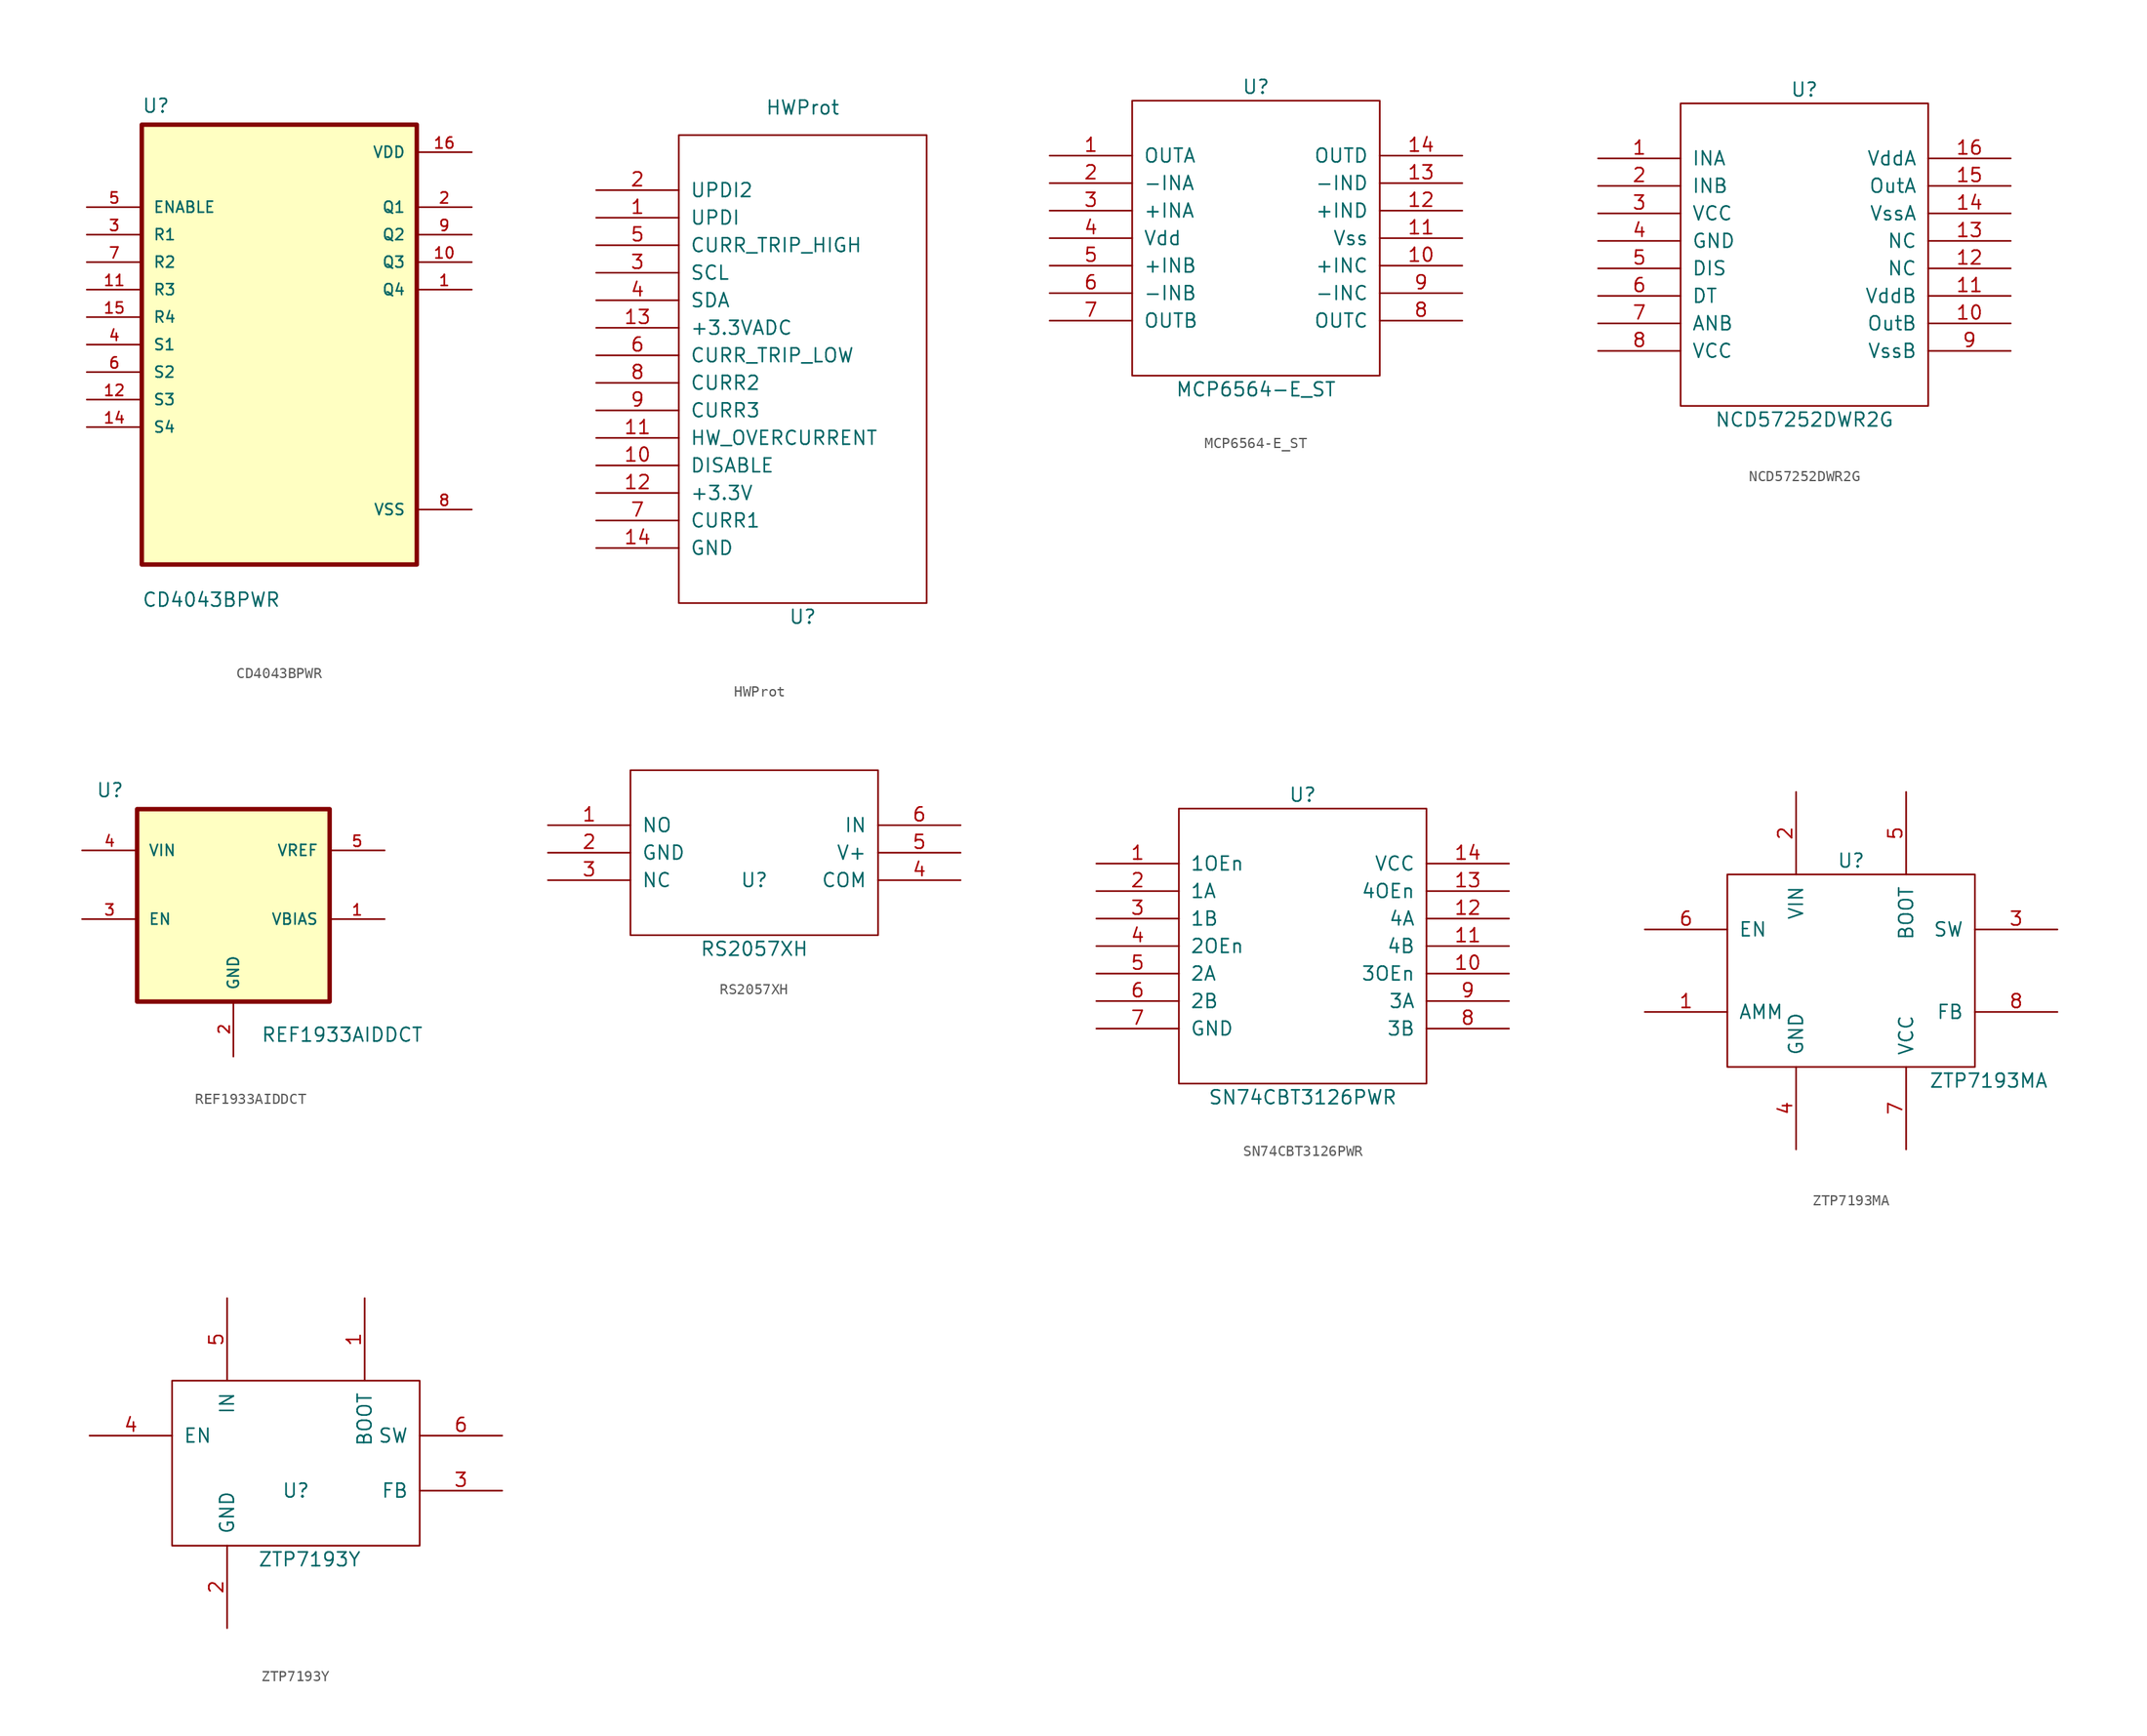
<source format=kicad_sym>
(kicad_symbol_lib
  (version 20220914)
  (generator kicad_symbol_editor)
  (symbol "CD4043BPWR"
    (pin_names
      (offset 1.016))
    (property "Reference" "U"
      (at -12.7 21.32 0)
      (effects (font (size 1.27 1.27)) (justify left bottom)))
    (property "Value" "CD4043BPWR"
      (at -12.7 -24.32 0)
      (effects (font (size 1.27 1.27)) (justify left bottom)))
    (symbol "CD4043BPWR_0_0"
      (rectangle (start -12.7 -20.32) (end 12.7 20.32) (stroke (width 0.41) (type default)) (fill (type background)))
      (pin output line (at 17.78 5.08 180) (length 5.08) (name "Q4" (effects (font (size 1.016 1.016)))) (number "1" (effects (font (size 1.016 1.016)))))
      (pin output line (at 17.78 7.62 180) (length 5.08) (name "Q3" (effects (font (size 1.016 1.016)))) (number "10" (effects (font (size 1.016 1.016)))))
      (pin input line (at -17.78 5.08 0) (length 5.08) (name "R3" (effects (font (size 1.016 1.016)))) (number "11" (effects (font (size 1.016 1.016)))))
      (pin input line (at -17.78 -5.08 0) (length 5.08) (name "S3" (effects (font (size 1.016 1.016)))) (number "12" (effects (font (size 1.016 1.016)))))
      (pin input line (at -17.78 -7.62 0) (length 5.08) (name "S4" (effects (font (size 1.016 1.016)))) (number "14" (effects (font (size 1.016 1.016)))))
      (pin input line (at -17.78 2.54 0) (length 5.08) (name "R4" (effects (font (size 1.016 1.016)))) (number "15" (effects (font (size 1.016 1.016)))))
      (pin power_in line (at 17.78 17.78 180) (length 5.08) (name "VDD" (effects (font (size 1.016 1.016)))) (number "16" (effects (font (size 1.016 1.016)))))
      (pin output line (at 17.78 12.7 180) (length 5.08) (name "Q1" (effects (font (size 1.016 1.016)))) (number "2" (effects (font (size 1.016 1.016)))))
      (pin input line (at -17.78 10.16 0) (length 5.08) (name "R1" (effects (font (size 1.016 1.016)))) (number "3" (effects (font (size 1.016 1.016)))))
      (pin input line (at -17.78 0 0) (length 5.08) (name "S1" (effects (font (size 1.016 1.016)))) (number "4" (effects (font (size 1.016 1.016)))))
      (pin input line (at -17.78 12.7 0) (length 5.08) (name "ENABLE" (effects (font (size 1.016 1.016)))) (number "5" (effects (font (size 1.016 1.016)))))
      (pin input line (at -17.78 -2.54 0) (length 5.08) (name "S2" (effects (font (size 1.016 1.016)))) (number "6" (effects (font (size 1.016 1.016)))))
      (pin input line (at -17.78 7.62 0) (length 5.08) (name "R2" (effects (font (size 1.016 1.016)))) (number "7" (effects (font (size 1.016 1.016)))))
      (pin power_in line (at 17.78 -15.24 180) (length 5.08) (name "VSS" (effects (font (size 1.016 1.016)))) (number "8" (effects (font (size 1.016 1.016)))))
      (pin output line (at 17.78 10.16 180) (length 5.08) (name "Q2" (effects (font (size 1.016 1.016)))) (number "9" (effects (font (size 1.016 1.016)))))))
  (symbol "HWProt"
    (pin_names
      (offset 1.016))
    (property "Reference" "U"
      (at 0 -22.86 0)
      (effects (font (size 1.27 1.27))))
    (property "Value" "HWProt"
      (at 0 24.13 0)
      (effects (font (size 1.27 1.27))))
    (symbol "HWProt_1_0"
      (rectangle (start -11.43 -21.59) (end 11.43 21.59) (stroke (width 0) (type solid)) (fill (type none))))
    (symbol "HWProt_1_1"
      (pin input line (at -19.05 13.97 0) (length 7.62) (name "UPDI" (effects (font (size 1.27 1.27)))) (number "1" (effects (font (size 1.27 1.27)))))
      (pin input line (at -19.05 -8.89 0) (length 7.62) (name "DISABLE" (effects (font (size 1.27 1.27)))) (number "10" (effects (font (size 1.27 1.27)))))
      (pin input line (at -19.05 -6.35 0) (length 7.62) (name "HW_OVERCURRENT" (effects (font (size 1.27 1.27)))) (number "11" (effects (font (size 1.27 1.27)))))
      (pin input line (at -19.05 -11.43 0) (length 7.62) (name "+3.3V" (effects (font (size 1.27 1.27)))) (number "12" (effects (font (size 1.27 1.27)))))
      (pin input line (at -19.05 3.81 0) (length 7.62) (name "+3.3VADC" (effects (font (size 1.27 1.27)))) (number "13" (effects (font (size 1.27 1.27)))))
      (pin input line (at -19.05 -16.51 0) (length 7.62) (name "GND" (effects (font (size 1.27 1.27)))) (number "14" (effects (font (size 1.27 1.27)))))
      (pin input line (at -19.05 16.51 0) (length 7.62) (name "UPDI2" (effects (font (size 1.27 1.27)))) (number "2" (effects (font (size 1.27 1.27)))))
      (pin input line (at -19.05 8.89 0) (length 7.62) (name "SCL" (effects (font (size 1.27 1.27)))) (number "3" (effects (font (size 1.27 1.27)))))
      (pin input line (at -19.05 6.35 0) (length 7.62) (name "SDA" (effects (font (size 1.27 1.27)))) (number "4" (effects (font (size 1.27 1.27)))))
      (pin input line (at -19.05 11.43 0) (length 7.62) (name "CURR_TRIP_HIGH" (effects (font (size 1.27 1.27)))) (number "5" (effects (font (size 1.27 1.27)))))
      (pin input line (at -19.05 1.27 0) (length 7.62) (name "CURR_TRIP_LOW" (effects (font (size 1.27 1.27)))) (number "6" (effects (font (size 1.27 1.27)))))
      (pin input line (at -19.05 -13.97 0) (length 7.62) (name "CURR1" (effects (font (size 1.27 1.27)))) (number "7" (effects (font (size 1.27 1.27)))))
      (pin input line (at -19.05 -1.27 0) (length 7.62) (name "CURR2" (effects (font (size 1.27 1.27)))) (number "8" (effects (font (size 1.27 1.27)))))
      (pin input line (at -19.05 -3.81 0) (length 7.62) (name "CURR3" (effects (font (size 1.27 1.27)))) (number "9" (effects (font (size 1.27 1.27)))))))
  (symbol "MCP6564-E_ST"
    (pin_names
      (offset 1.016))
    (property "Reference" "U"
      (at 0 13.97 0)
      (effects (font (size 1.27 1.27))))
    (property "Value" "MCP6564-E_ST"
      (at 0 -13.97 0)
      (effects (font (size 1.27 1.27))))
    (symbol "MCP6564-E_ST_1_0"
      (rectangle (start -11.43 -12.7) (end 11.43 12.7) (stroke (width 0) (type solid)) (fill (type none))))
    (symbol "MCP6564-E_ST_1_1"
      (pin input line (at -19.05 7.62 0) (length 7.62) (name "OUTA" (effects (font (size 1.27 1.27)))) (number "1" (effects (font (size 1.27 1.27)))))
      (pin input line (at 19.05 -2.54 180) (length 7.62) (name "+INC" (effects (font (size 1.27 1.27)))) (number "10" (effects (font (size 1.27 1.27)))))
      (pin input line (at 19.05 0 180) (length 7.62) (name "Vss" (effects (font (size 1.27 1.27)))) (number "11" (effects (font (size 1.27 1.27)))))
      (pin input line (at 19.05 2.54 180) (length 7.62) (name "+IND" (effects (font (size 1.27 1.27)))) (number "12" (effects (font (size 1.27 1.27)))))
      (pin input line (at 19.05 5.08 180) (length 7.62) (name "-IND" (effects (font (size 1.27 1.27)))) (number "13" (effects (font (size 1.27 1.27)))))
      (pin input line (at 19.05 7.62 180) (length 7.62) (name "OUTD" (effects (font (size 1.27 1.27)))) (number "14" (effects (font (size 1.27 1.27)))))
      (pin input line (at -19.05 5.08 0) (length 7.62) (name "-INA" (effects (font (size 1.27 1.27)))) (number "2" (effects (font (size 1.27 1.27)))))
      (pin input line (at -19.05 2.54 0) (length 7.62) (name "+INA" (effects (font (size 1.27 1.27)))) (number "3" (effects (font (size 1.27 1.27)))))
      (pin input line (at -19.05 0 0) (length 7.62) (name "Vdd" (effects (font (size 1.27 1.27)))) (number "4" (effects (font (size 1.27 1.27)))))
      (pin input line (at -19.05 -2.54 0) (length 7.62) (name "+INB" (effects (font (size 1.27 1.27)))) (number "5" (effects (font (size 1.27 1.27)))))
      (pin input line (at -19.05 -5.08 0) (length 7.62) (name "-INB" (effects (font (size 1.27 1.27)))) (number "6" (effects (font (size 1.27 1.27)))))
      (pin input line (at -19.05 -7.62 0) (length 7.62) (name "OUTB" (effects (font (size 1.27 1.27)))) (number "7" (effects (font (size 1.27 1.27)))))
      (pin input line (at 19.05 -7.62 180) (length 7.62) (name "OUTC" (effects (font (size 1.27 1.27)))) (number "8" (effects (font (size 1.27 1.27)))))
      (pin input line (at 19.05 -5.08 180) (length 7.62) (name "-INC" (effects (font (size 1.27 1.27)))) (number "9" (effects (font (size 1.27 1.27)))))))
  (symbol "NCD57252DWR2G"
    (pin_names
      (offset 1.016))
    (property "Reference" "U"
      (at 0 15.24 0)
      (effects (font (size 1.27 1.27))))
    (property "Value" "NCD57252DWR2G"
      (at 0 -15.24 0)
      (effects (font (size 1.27 1.27))))
    (symbol "NCD57252DWR2G_1_0"
      (rectangle (start -11.43 -13.97) (end 11.43 13.97) (stroke (width 0) (type solid)) (fill (type none))))
    (symbol "NCD57252DWR2G_1_1"
      (pin input line (at -19.05 8.89 0) (length 7.62) (name "INA" (effects (font (size 1.27 1.27)))) (number "1" (effects (font (size 1.27 1.27)))))
      (pin input line (at 19.05 -6.35 180) (length 7.62) (name "OutB" (effects (font (size 1.27 1.27)))) (number "10" (effects (font (size 1.27 1.27)))))
      (pin input line (at 19.05 -3.81 180) (length 7.62) (name "VddB" (effects (font (size 1.27 1.27)))) (number "11" (effects (font (size 1.27 1.27)))))
      (pin input line (at 19.05 -1.27 180) (length 7.62) (name "NC" (effects (font (size 1.27 1.27)))) (number "12" (effects (font (size 1.27 1.27)))))
      (pin input line (at 19.05 1.27 180) (length 7.62) (name "NC" (effects (font (size 1.27 1.27)))) (number "13" (effects (font (size 1.27 1.27)))))
      (pin input line (at 19.05 3.81 180) (length 7.62) (name "VssA" (effects (font (size 1.27 1.27)))) (number "14" (effects (font (size 1.27 1.27)))))
      (pin input line (at 19.05 6.35 180) (length 7.62) (name "OutA" (effects (font (size 1.27 1.27)))) (number "15" (effects (font (size 1.27 1.27)))))
      (pin input line (at 19.05 8.89 180) (length 7.62) (name "VddA" (effects (font (size 1.27 1.27)))) (number "16" (effects (font (size 1.27 1.27)))))
      (pin input line (at -19.05 6.35 0) (length 7.62) (name "INB" (effects (font (size 1.27 1.27)))) (number "2" (effects (font (size 1.27 1.27)))))
      (pin input line (at -19.05 3.81 0) (length 7.62) (name "VCC" (effects (font (size 1.27 1.27)))) (number "3" (effects (font (size 1.27 1.27)))))
      (pin input line (at -19.05 1.27 0) (length 7.62) (name "GND" (effects (font (size 1.27 1.27)))) (number "4" (effects (font (size 1.27 1.27)))))
      (pin input line (at -19.05 -1.27 0) (length 7.62) (name "DIS" (effects (font (size 1.27 1.27)))) (number "5" (effects (font (size 1.27 1.27)))))
      (pin input line (at -19.05 -3.81 0) (length 7.62) (name "DT" (effects (font (size 1.27 1.27)))) (number "6" (effects (font (size 1.27 1.27)))))
      (pin input line (at -19.05 -6.35 0) (length 7.62) (name "ANB" (effects (font (size 1.27 1.27)))) (number "7" (effects (font (size 1.27 1.27)))))
      (pin input line (at -19.05 -8.89 0) (length 7.62) (name "VCC" (effects (font (size 1.27 1.27)))) (number "8" (effects (font (size 1.27 1.27)))))
      (pin input line (at 19.05 -8.89 180) (length 7.62) (name "VssB" (effects (font (size 1.27 1.27)))) (number "9" (effects (font (size 1.27 1.27)))))))
  (symbol "REF1933AIDDCT"
    (pin_names
      (offset 1.016))
    (property "Reference" "U"
      (at -12.7 13.7 0)
      (effects (font (size 1.27 1.27)) (justify left bottom)))
    (property "Value" "REF1933AIDDCT"
      (at 2.54 -8.89 0)
      (effects (font (size 1.27 1.27)) (justify left bottom)))
    (symbol "REF1933AIDDCT_0_0"
      (rectangle (start -8.89 12.7) (end 8.89 -5.08) (stroke (width 0.41) (type default)) (fill (type background)))
      (pin bidirectional line (at 13.97 2.54 180) (length 5.08) (name "VBIAS" (effects (font (size 1.016 1.016)))) (number "1" (effects (font (size 1.016 1.016)))))
      (pin power_in line (at 0 -10.16 90) (length 5.08) (name "GND" (effects (font (size 1.016 1.016)))) (number "2" (effects (font (size 1.016 1.016)))))
      (pin bidirectional line (at -13.97 2.54 0) (length 5.08) (name "EN" (effects (font (size 1.016 1.016)))) (number "3" (effects (font (size 1.016 1.016)))))
      (pin input line (at -13.97 8.89 0) (length 5.08) (name "VIN" (effects (font (size 1.016 1.016)))) (number "4" (effects (font (size 1.016 1.016)))))
      (pin input line (at 13.97 8.89 180) (length 5.08) (name "VREF" (effects (font (size 1.016 1.016)))) (number "5" (effects (font (size 1.016 1.016)))))))
  (symbol "RS2057XH"
    (pin_names
      (offset 1.016))
    (property "Reference" "U"
      (at 0 -2.54 0)
      (effects (font (size 1.27 1.27))))
    (property "Value" "RS2057XH"
      (at 0 -8.89 0)
      (effects (font (size 1.27 1.27))))
    (symbol "RS2057XH_1_0"
      (rectangle (start -11.43 -7.62) (end 11.43 7.62) (stroke (width 0) (type solid)) (fill (type none))))
    (symbol "RS2057XH_1_1"
      (pin input line (at -19.05 2.54 0) (length 7.62) (name "NO" (effects (font (size 1.27 1.27)))) (number "1" (effects (font (size 1.27 1.27)))))
      (pin input line (at -19.05 0 0) (length 7.62) (name "GND" (effects (font (size 1.27 1.27)))) (number "2" (effects (font (size 1.27 1.27)))))
      (pin input line (at -19.05 -2.54 0) (length 7.62) (name "NC" (effects (font (size 1.27 1.27)))) (number "3" (effects (font (size 1.27 1.27)))))
      (pin input line (at 19.05 -2.54 180) (length 7.62) (name "COM" (effects (font (size 1.27 1.27)))) (number "4" (effects (font (size 1.27 1.27)))))
      (pin input line (at 19.05 0 180) (length 7.62) (name "V+" (effects (font (size 1.27 1.27)))) (number "5" (effects (font (size 1.27 1.27)))))
      (pin input line (at 19.05 2.54 180) (length 7.62) (name "IN" (effects (font (size 1.27 1.27)))) (number "6" (effects (font (size 1.27 1.27)))))))
  (symbol "SN74CBT3126PWR"
    (pin_names
      (offset 1.016))
    (property "Reference" "U"
      (at 0 13.97 0)
      (effects (font (size 1.27 1.27))))
    (property "Value" "SN74CBT3126PWR"
      (at 0 -13.97 0)
      (effects (font (size 1.27 1.27))))
    (symbol "SN74CBT3126PWR_1_0"
      (rectangle (start -11.43 -12.7) (end 11.43 12.7) (stroke (width 0) (type solid)) (fill (type none))))
    (symbol "SN74CBT3126PWR_1_1"
      (pin input line (at -19.05 7.62 0) (length 7.62) (name "1OEn" (effects (font (size 1.27 1.27)))) (number "1" (effects (font (size 1.27 1.27)))))
      (pin input line (at 19.05 -2.54 180) (length 7.62) (name "3OEn" (effects (font (size 1.27 1.27)))) (number "10" (effects (font (size 1.27 1.27)))))
      (pin input line (at 19.05 0 180) (length 7.62) (name "4B" (effects (font (size 1.27 1.27)))) (number "11" (effects (font (size 1.27 1.27)))))
      (pin input line (at 19.05 2.54 180) (length 7.62) (name "4A" (effects (font (size 1.27 1.27)))) (number "12" (effects (font (size 1.27 1.27)))))
      (pin input line (at 19.05 5.08 180) (length 7.62) (name "4OEn" (effects (font (size 1.27 1.27)))) (number "13" (effects (font (size 1.27 1.27)))))
      (pin input line (at 19.05 7.62 180) (length 7.62) (name "VCC" (effects (font (size 1.27 1.27)))) (number "14" (effects (font (size 1.27 1.27)))))
      (pin input line (at -19.05 5.08 0) (length 7.62) (name "1A" (effects (font (size 1.27 1.27)))) (number "2" (effects (font (size 1.27 1.27)))))
      (pin input line (at -19.05 2.54 0) (length 7.62) (name "1B" (effects (font (size 1.27 1.27)))) (number "3" (effects (font (size 1.27 1.27)))))
      (pin input line (at -19.05 0 0) (length 7.62) (name "2OEn" (effects (font (size 1.27 1.27)))) (number "4" (effects (font (size 1.27 1.27)))))
      (pin input line (at -19.05 -2.54 0) (length 7.62) (name "2A" (effects (font (size 1.27 1.27)))) (number "5" (effects (font (size 1.27 1.27)))))
      (pin input line (at -19.05 -5.08 0) (length 7.62) (name "2B" (effects (font (size 1.27 1.27)))) (number "6" (effects (font (size 1.27 1.27)))))
      (pin input line (at -19.05 -7.62 0) (length 7.62) (name "GND" (effects (font (size 1.27 1.27)))) (number "7" (effects (font (size 1.27 1.27)))))
      (pin input line (at 19.05 -7.62 180) (length 7.62) (name "3B" (effects (font (size 1.27 1.27)))) (number "8" (effects (font (size 1.27 1.27)))))
      (pin input line (at 19.05 -5.08 180) (length 7.62) (name "3A" (effects (font (size 1.27 1.27)))) (number "9" (effects (font (size 1.27 1.27)))))))
  (symbol "ZTP7193MA"
    (pin_names
      (offset 1.016))
    (property "Reference" "U"
      (at 0 10.16 0)
      (effects (font (size 1.27 1.27))))
    (property "Value" "ZTP7193MA"
      (at 12.7 -10.16 0)
      (effects (font (size 1.27 1.27))))
    (symbol "ZTP7193MA_1_0"
      (rectangle (start -11.43 -8.89) (end 11.43 8.89) (stroke (width 0) (type solid)) (fill (type none))))
    (symbol "ZTP7193MA_1_1"
      (pin input line (at -19.05 -3.81 0) (length 7.62) (name "AMM" (effects (font (size 1.27 1.27)))) (number "1" (effects (font (size 1.27 1.27)))))
      (pin input line (at -5.08 16.51 270) (length 7.62) (name "VIN" (effects (font (size 1.27 1.27)))) (number "2" (effects (font (size 1.27 1.27)))))
      (pin input line (at 19.05 3.81 180) (length 7.62) (name "SW" (effects (font (size 1.27 1.27)))) (number "3" (effects (font (size 1.27 1.27)))))
      (pin input line (at -5.08 -16.51 90) (length 7.62) (name "GND" (effects (font (size 1.27 1.27)))) (number "4" (effects (font (size 1.27 1.27)))))
      (pin input line (at 5.08 16.51 270) (length 7.62) (name "BOOT" (effects (font (size 1.27 1.27)))) (number "5" (effects (font (size 1.27 1.27)))))
      (pin input line (at -19.05 3.81 0) (length 7.62) (name "EN" (effects (font (size 1.27 1.27)))) (number "6" (effects (font (size 1.27 1.27)))))
      (pin input line (at 5.08 -16.51 90) (length 7.62) (name "VCC" (effects (font (size 1.27 1.27)))) (number "7" (effects (font (size 1.27 1.27)))))
      (pin input line (at 19.05 -3.81 180) (length 7.62) (name "FB" (effects (font (size 1.27 1.27)))) (number "8" (effects (font (size 1.27 1.27)))))))
  (symbol "ZTP7193Y"
    (pin_names
      (offset 1.016))
    (property "Reference" "U"
      (at 0 -2.54 0)
      (effects (font (size 1.27 1.27))))
    (property "Value" "ZTP7193Y"
      (at 1.27 -8.89 0)
      (effects (font (size 1.27 1.27))))
    (symbol "ZTP7193Y_1_0"
      (rectangle (start -11.43 -7.62) (end 11.43 7.62) (stroke (width 0) (type solid)) (fill (type none))))
    (symbol "ZTP7193Y_1_1"
      (pin input line (at 6.35 15.24 270) (length 7.62) (name "BOOT" (effects (font (size 1.27 1.27)))) (number "1" (effects (font (size 1.27 1.27)))))
      (pin input line (at -6.35 -15.24 90) (length 7.62) (name "GND" (effects (font (size 1.27 1.27)))) (number "2" (effects (font (size 1.27 1.27)))))
      (pin input line (at 19.05 -2.54 180) (length 7.62) (name "FB" (effects (font (size 1.27 1.27)))) (number "3" (effects (font (size 1.27 1.27)))))
      (pin input line (at -19.05 2.54 0) (length 7.62) (name "EN" (effects (font (size 1.27 1.27)))) (number "4" (effects (font (size 1.27 1.27)))))
      (pin input line (at -6.35 15.24 270) (length 7.62) (name "IN" (effects (font (size 1.27 1.27)))) (number "5" (effects (font (size 1.27 1.27)))))
      (pin input line (at 19.05 2.54 180) (length 7.62) (name "SW" (effects (font (size 1.27 1.27)))) (number "6" (effects (font (size 1.27 1.27))))))))
</source>
